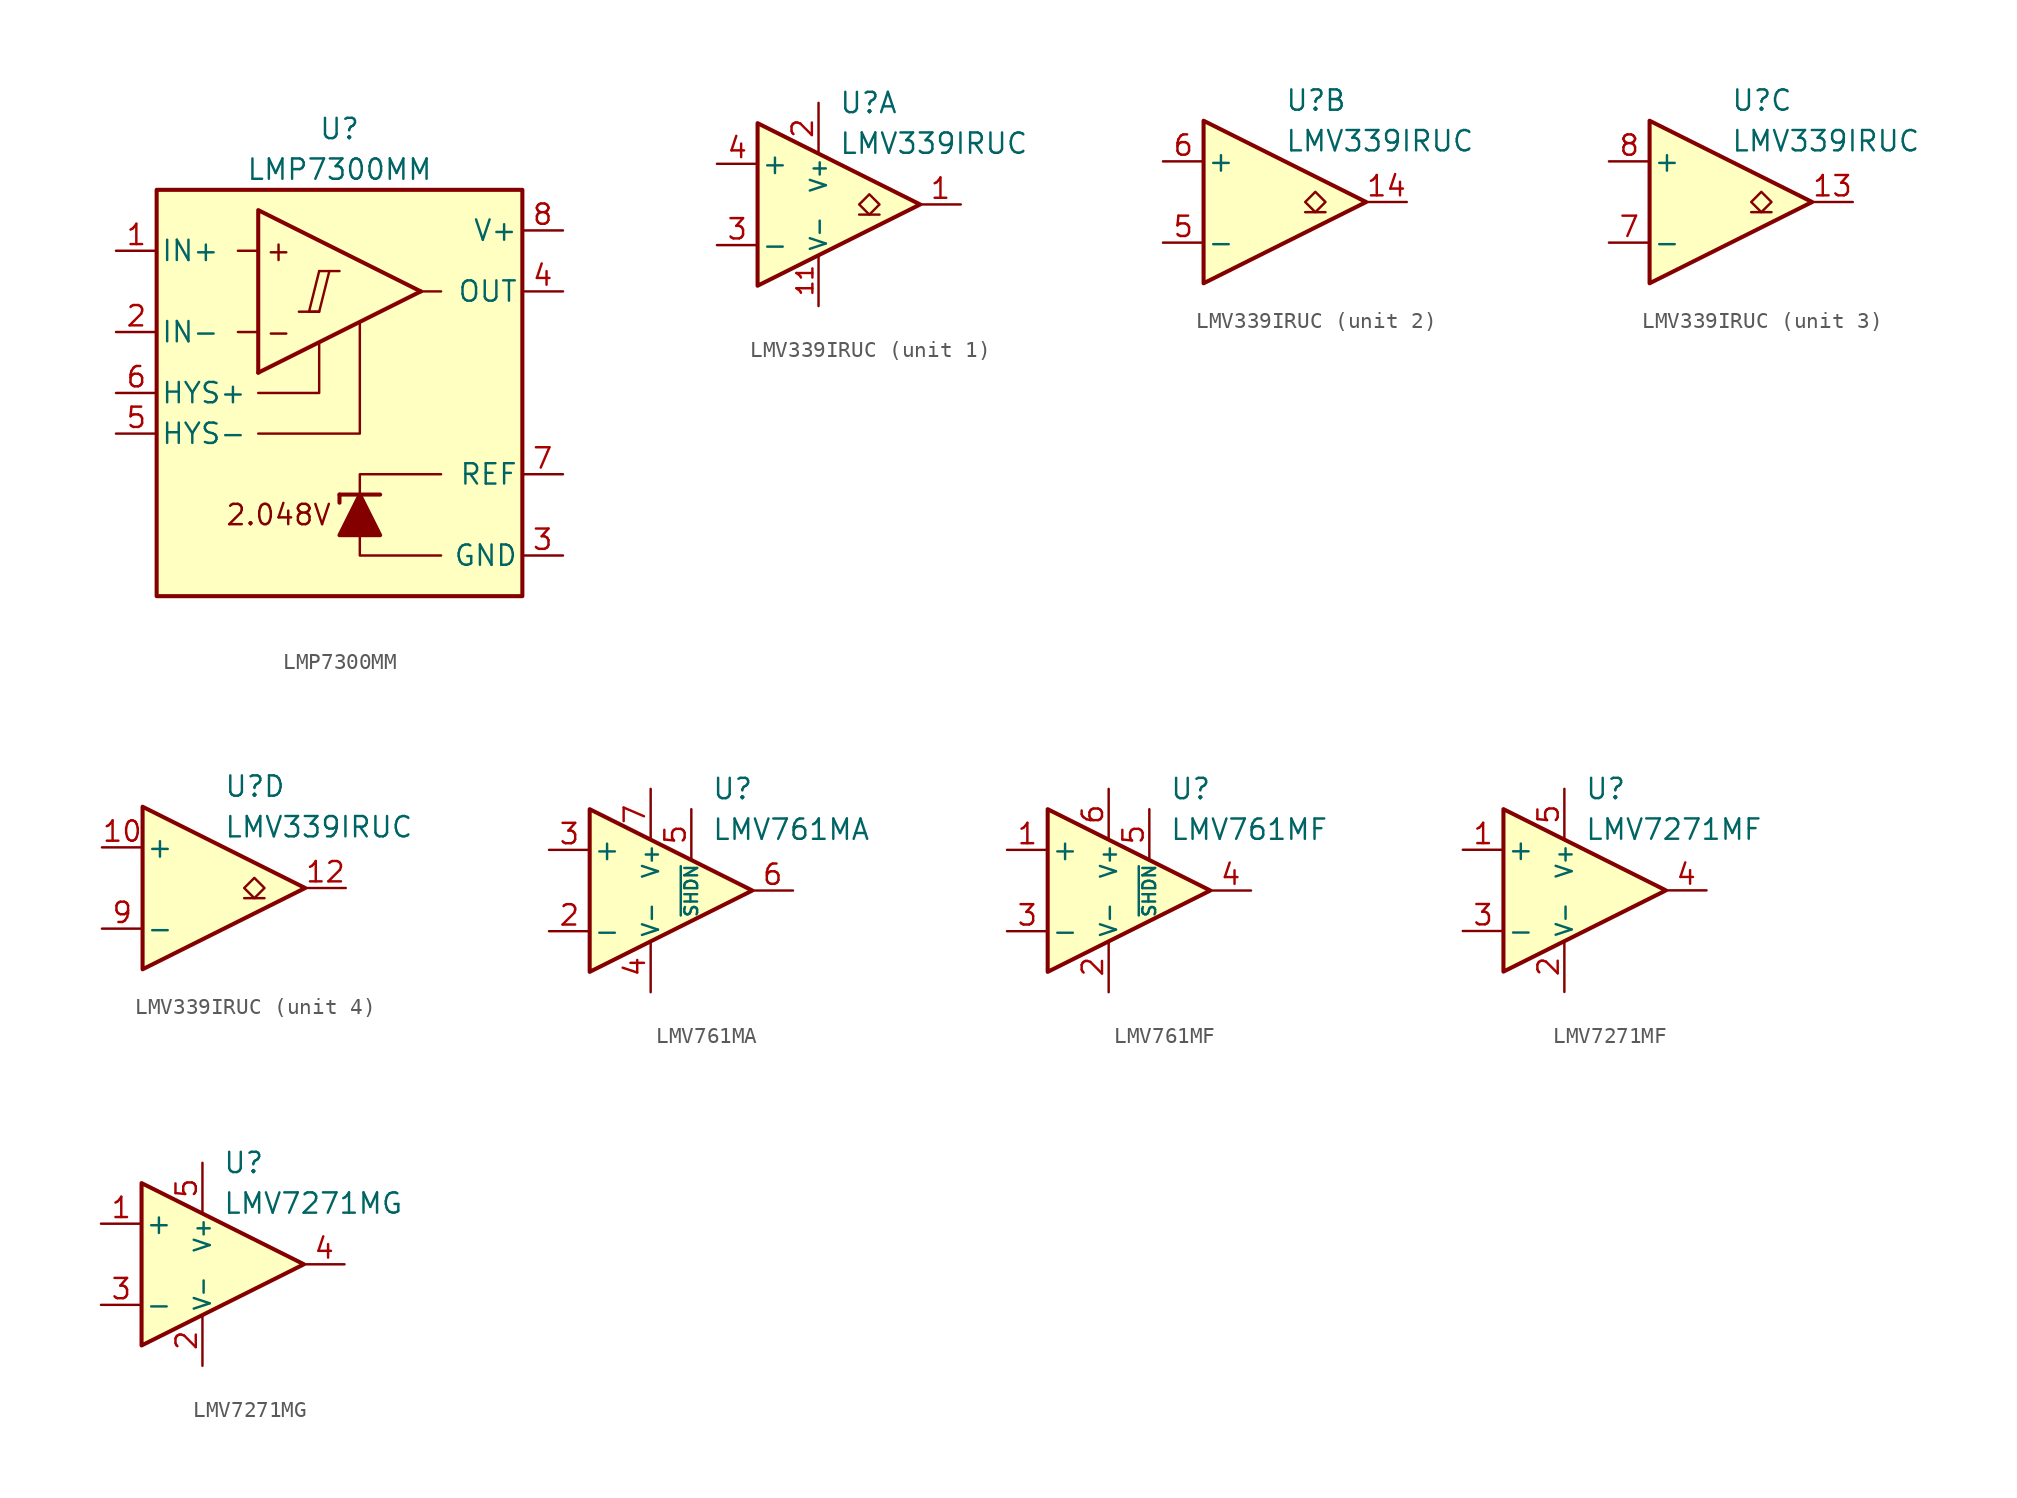
<source format=kicad_sym>
(kicad_symbol_lib
  (version 20231120)
  (generator "kicad_symbol_editor")
  (generator_version "8.0")
  (symbol "LMP7300MM"
    (pin_names
      (offset 0.254))
    (property "Reference" "U"
      (at 0 16.51 0)
      (effects (font (size 1.27 1.27))))
    (property "Value" "LMP7300MM"
      (at 0 13.97 0)
      (effects (font (size 1.27 1.27))))
    (symbol "LMP7300MM_0_0"
      (polyline (pts (xy -2.54 5.08) (xy -1.27 5.08)) (stroke (width 0.152) (type default)) (fill (type none)))
      (polyline (pts (xy -1.27 7.62) (xy 0 7.62)) (stroke (width 0.152) (type default)) (fill (type none)))
      (polyline (pts (xy 5.08 6.35) (xy -5.08 1.27)) (stroke (width 0.254) (type default)) (fill (type none)))
      (polyline (pts (xy -5.08 -2.54) (xy 1.27 -2.54) (xy 1.27 4.445)) (stroke (width 0.152) (type default)) (fill (type none)))
      (polyline (pts (xy 5.08 6.35) (xy -5.08 11.43) (xy -5.08 1.27)) (stroke (width 0.254) (type default)) (fill (type background)))
      (polyline (pts (xy -1.27 7.62) (xy -1.905 5.08) (xy -1.27 5.08) (xy -0.635 7.62)) (stroke (width 0.152) (type default)) (fill (type none)))
      (text "+" (at -3.81 8.89 0) (effects (font (size 1.27 1.27))))
      (text "-" (at -3.81 3.81 0) (effects (font (size 1.27 1.27))))
      (text "2.048V" (at -3.81 -7.62 0) (effects (font (size 1.27 1.27)))))
    (symbol "LMP7300MM_0_1"
      (rectangle (start -11.43 12.7) (end 11.43 -12.7) (stroke (width 0.254) (type default)) (fill (type background)))
      (polyline (pts (xy -5.08 3.81) (xy -6.35 3.81)) (stroke (width 0) (type default)) (fill (type none)))
      (polyline (pts (xy -5.08 8.89) (xy -6.35 8.89)) (stroke (width 0) (type default)) (fill (type none)))
      (polyline (pts (xy 0 -6.35) (xy 0 -6.858)) (stroke (width 0.254) (type default)) (fill (type none)))
      (polyline (pts (xy 2.54 -6.35) (xy 0 -6.35)) (stroke (width 0.254) (type default)) (fill (type none)))
      (polyline (pts (xy 5.08 6.35) (xy 6.35 6.35)) (stroke (width 0) (type default)) (fill (type none)))
      (polyline (pts (xy -1.27 3.175) (xy -1.27 0) (xy -5.08 0)) (stroke (width 0) (type default)) (fill (type none)))
      (polyline (pts (xy 1.27 -8.89) (xy 1.27 -10.16) (xy 6.35 -10.16)) (stroke (width 0) (type default)) (fill (type none)))
      (polyline (pts (xy 1.27 -6.35) (xy 1.27 -5.08) (xy 6.35 -5.08)) (stroke (width 0) (type default)) (fill (type none)))
      (polyline (pts (xy 0 -8.89) (xy 2.54 -8.89) (xy 1.27 -6.35) (xy 0 -8.89)) (stroke (width 0.254) (type default)) (fill (type outline))))
    (symbol "LMP7300MM_1_1"
      (pin input line (at -13.97 8.89 0) (length 2.54) (name "IN+" (effects (font (size 1.27 1.27)))) (number "1" (effects (font (size 1.27 1.27)))))
      (pin input line (at -13.97 3.81 0) (length 2.54) (name "IN-" (effects (font (size 1.27 1.27)))) (number "2" (effects (font (size 1.27 1.27)))))
      (pin power_in line (at 13.97 -10.16 180) (length 2.54) (name "GND" (effects (font (size 1.27 1.27)))) (number "3" (effects (font (size 1.27 1.27)))))
      (pin output line (at 13.97 6.35 180) (length 2.54) (name "OUT" (effects (font (size 1.27 1.27)))) (number "4" (effects (font (size 1.27 1.27)))))
      (pin input line (at -13.97 -2.54 0) (length 2.54) (name "HYS-" (effects (font (size 1.27 1.27)))) (number "5" (effects (font (size 1.27 1.27)))))
      (pin input line (at -13.97 0 0) (length 2.54) (name "HYS+" (effects (font (size 1.27 1.27)))) (number "6" (effects (font (size 1.27 1.27)))))
      (pin output line (at 13.97 -5.08 180) (length 2.54) (name "REF" (effects (font (size 1.27 1.27)))) (number "7" (effects (font (size 1.27 1.27)))))
      (pin power_in line (at 13.97 10.16 180) (length 2.54) (name "V+" (effects (font (size 1.27 1.27)))) (number "8" (effects (font (size 1.27 1.27)))))))
  (symbol "LMV339IRUC"
    (pin_names
      (offset 0.2))
    (property "Reference" "U"
      (at 1.27 6.35 0)
      (effects (font (size 1.27 1.27)) (justify left)))
    (property "Value" "LMV339IRUC"
      (at 1.27 3.81 0)
      (effects (font (size 1.27 1.27)) (justify left)))
    (property "ki_locked" ""
      (at 0 0 0)
      (effects (font (size 1.27 1.27))))
    (symbol "LMV339IRUC_0_1"
      (polyline (pts (xy -3.81 5.08) (xy -3.81 -5.08) (xy 6.35 0) (xy -3.81 5.08)) (stroke (width 0.254) (type default)) (fill (type background))))
    (symbol "LMV339IRUC_1_1"
      (polyline (pts (xy 3.81 -0.635) (xy 2.54 -0.635)) (stroke (width 0.152) (type default)) (fill (type none)))
      (polyline (pts (xy 3.175 -0.635) (xy 2.54 0) (xy 3.175 0.635) (xy 3.81 0) (xy 3.175 -0.635)) (stroke (width 0.152) (type default)) (fill (type none)))
      (pin open_collector line (at 8.89 0 180) (length 2.54) (name "~" (effects (font (size 1.27 1.27)))) (number "1" (effects (font (size 1.27 1.27)))))
      (pin power_in line (at 0 -6.35 90) (length 3.18) (name "V-" (effects (font (size 1 1)))) (number "11" (effects (font (size 1 1)))))
      (pin power_in line (at 0 6.35 270) (length 3.18) (name "V+" (effects (font (size 1 1)))) (number "2" (effects (font (size 1.27 1.27)))))
      (pin input line (at -6.35 -2.54 0) (length 2.54) (name "-" (effects (font (size 1.27 1.27)))) (number "3" (effects (font (size 1.27 1.27)))))
      (pin input line (at -6.35 2.54 0) (length 2.54) (name "+" (effects (font (size 1.27 1.27)))) (number "4" (effects (font (size 1.27 1.27))))))
    (symbol "LMV339IRUC_2_1"
      (polyline (pts (xy 3.81 -0.635) (xy 2.54 -0.635)) (stroke (width 0.152) (type default)) (fill (type none)))
      (polyline (pts (xy 3.175 -0.635) (xy 2.54 0) (xy 3.175 0.635) (xy 3.81 0) (xy 3.175 -0.635)) (stroke (width 0.152) (type default)) (fill (type none)))
      (pin open_collector line (at 8.89 0 180) (length 2.54) (name "~" (effects (font (size 1.27 1.27)))) (number "14" (effects (font (size 1.27 1.27)))))
      (pin input line (at -6.35 -2.54 0) (length 2.54) (name "-" (effects (font (size 1.27 1.27)))) (number "5" (effects (font (size 1.27 1.27)))))
      (pin input line (at -6.35 2.54 0) (length 2.54) (name "+" (effects (font (size 1.27 1.27)))) (number "6" (effects (font (size 1.27 1.27))))))
    (symbol "LMV339IRUC_3_1"
      (polyline (pts (xy 3.81 -0.635) (xy 2.54 -0.635)) (stroke (width 0.152) (type default)) (fill (type none)))
      (polyline (pts (xy 3.175 -0.635) (xy 2.54 0) (xy 3.175 0.635) (xy 3.81 0) (xy 3.175 -0.635)) (stroke (width 0.152) (type default)) (fill (type none)))
      (pin open_collector line (at 8.89 0 180) (length 2.54) (name "~" (effects (font (size 1.27 1.27)))) (number "13" (effects (font (size 1.27 1.27)))))
      (pin input line (at -6.35 -2.54 0) (length 2.54) (name "-" (effects (font (size 1.27 1.27)))) (number "7" (effects (font (size 1.27 1.27)))))
      (pin input line (at -6.35 2.54 0) (length 2.54) (name "+" (effects (font (size 1.27 1.27)))) (number "8" (effects (font (size 1.27 1.27))))))
    (symbol "LMV339IRUC_4_1"
      (polyline (pts (xy 3.81 -0.635) (xy 2.54 -0.635)) (stroke (width 0.152) (type default)) (fill (type none)))
      (polyline (pts (xy 3.175 -0.635) (xy 2.54 0) (xy 3.175 0.635) (xy 3.81 0) (xy 3.175 -0.635)) (stroke (width 0.152) (type default)) (fill (type none)))
      (pin input line (at -6.35 2.54 0) (length 2.54) (name "+" (effects (font (size 1.27 1.27)))) (number "10" (effects (font (size 1.27 1.27)))))
      (pin open_collector line (at 8.89 0 180) (length 2.54) (name "~" (effects (font (size 1.27 1.27)))) (number "12" (effects (font (size 1.27 1.27)))))
      (pin input line (at -6.35 -2.54 0) (length 2.54) (name "-" (effects (font (size 1.27 1.27)))) (number "9" (effects (font (size 1.27 1.27)))))))
  (symbol "LMV761MA"
    (pin_names
      (offset 0.2))
    (property "Reference" "U"
      (at 3.81 6.35 0)
      (effects (font (size 1.27 1.27)) (justify left)))
    (property "Value" "LMV761MA"
      (at 3.81 3.81 0)
      (effects (font (size 1.27 1.27)) (justify left)))
    (symbol "LMV761MA_0_1"
      (polyline (pts (xy -3.81 5.08) (xy -3.81 -5.08) (xy 6.35 0) (xy -3.81 5.08)) (stroke (width 0.254) (type default)) (fill (type background))))
    (symbol "LMV761MA_1_1"
      (pin free line (at -2.54 1.27 0) (length 2.54) hide (name "NC" (effects (font (size 1.27 1.27)))) (number "1" (effects (font (size 1.27 1.27)))))
      (pin input line (at -6.35 -2.54 0) (length 2.54) (name "-" (effects (font (size 1.27 1.27)))) (number "2" (effects (font (size 1.27 1.27)))))
      (pin input line (at -6.35 2.54 0) (length 2.54) (name "+" (effects (font (size 1.27 1.27)))) (number "3" (effects (font (size 1.27 1.27)))))
      (pin power_in line (at 0 -6.35 90) (length 3.18) (name "V-" (effects (font (size 1 1)))) (number "4" (effects (font (size 1.27 1.27)))))
      (pin input line (at 2.54 5.08 270) (length 3.18) (name "~{SHDN}" (effects (font (size 0.8 0.8)))) (number "5" (effects (font (size 1.27 1.27)))))
      (pin output line (at 8.89 0 180) (length 2.54) (name "~" (effects (font (size 1.27 1.27)))) (number "6" (effects (font (size 1.27 1.27)))))
      (pin power_in line (at 0 6.35 270) (length 3.18) (name "V+" (effects (font (size 1 1)))) (number "7" (effects (font (size 1.27 1.27)))))
      (pin free line (at -2.54 -1.27 0) (length 2.54) hide (name "NC" (effects (font (size 1.27 1.27)))) (number "8" (effects (font (size 1.27 1.27)))))))
  (symbol "LMV761MF"
    (pin_names
      (offset 0.2))
    (property "Reference" "U"
      (at 3.81 6.35 0)
      (effects (font (size 1.27 1.27)) (justify left)))
    (property "Value" "LMV761MF"
      (at 3.81 3.81 0)
      (effects (font (size 1.27 1.27)) (justify left)))
    (symbol "LMV761MF_0_1"
      (polyline (pts (xy -3.81 5.08) (xy -3.81 -5.08) (xy 6.35 0) (xy -3.81 5.08)) (stroke (width 0.254) (type default)) (fill (type background))))
    (symbol "LMV761MF_1_1"
      (pin input line (at -6.35 2.54 0) (length 2.54) (name "+" (effects (font (size 1.27 1.27)))) (number "1" (effects (font (size 1.27 1.27)))))
      (pin power_in line (at 0 -6.35 90) (length 3.18) (name "V-" (effects (font (size 1 1)))) (number "2" (effects (font (size 1.27 1.27)))))
      (pin input line (at -6.35 -2.54 0) (length 2.54) (name "-" (effects (font (size 1.27 1.27)))) (number "3" (effects (font (size 1.27 1.27)))))
      (pin output line (at 8.89 0 180) (length 2.54) (name "~" (effects (font (size 1.27 1.27)))) (number "4" (effects (font (size 1.27 1.27)))))
      (pin input line (at 2.54 5.08 270) (length 3.18) (name "~{SHDN}" (effects (font (size 0.8 0.8)))) (number "5" (effects (font (size 1.27 1.27)))))
      (pin power_in line (at 0 6.35 270) (length 3.18) (name "V+" (effects (font (size 1 1)))) (number "6" (effects (font (size 1.27 1.27)))))))
  (symbol "LMV7271MF"
    (pin_names
      (offset 0.2))
    (property "Reference" "U"
      (at 1.27 6.35 0)
      (effects (font (size 1.27 1.27)) (justify left)))
    (property "Value" "LMV7271MF"
      (at 1.27 3.81 0)
      (effects (font (size 1.27 1.27)) (justify left)))
    (symbol "LMV7271MF_0_1"
      (polyline (pts (xy -3.81 5.08) (xy -3.81 -5.08) (xy 6.35 0) (xy -3.81 5.08)) (stroke (width 0.254) (type default)) (fill (type background))))
    (symbol "LMV7271MF_1_1"
      (pin input line (at -6.35 2.54 0) (length 2.54) (name "+" (effects (font (size 1.27 1.27)))) (number "1" (effects (font (size 1.27 1.27)))))
      (pin power_in line (at 0 -6.35 90) (length 3.18) (name "V-" (effects (font (size 1 1)))) (number "2" (effects (font (size 1.27 1.27)))))
      (pin input line (at -6.35 -2.54 0) (length 2.54) (name "-" (effects (font (size 1.27 1.27)))) (number "3" (effects (font (size 1.27 1.27)))))
      (pin output line (at 8.89 0 180) (length 2.54) (name "~" (effects (font (size 1.27 1.27)))) (number "4" (effects (font (size 1.27 1.27)))))
      (pin power_in line (at 0 6.35 270) (length 3.18) (name "V+" (effects (font (size 1 1)))) (number "5" (effects (font (size 1.27 1.27)))))))
  (symbol "LMV7271MG"
    (pin_names
      (offset 0.2))
    (property "Reference" "U"
      (at 1.27 6.35 0)
      (effects (font (size 1.27 1.27)) (justify left)))
    (property "Value" "LMV7271MG"
      (at 1.27 3.81 0)
      (effects (font (size 1.27 1.27)) (justify left)))
    (symbol "LMV7271MG_0_1"
      (polyline (pts (xy -3.81 5.08) (xy -3.81 -5.08) (xy 6.35 0) (xy -3.81 5.08)) (stroke (width 0.254) (type default)) (fill (type background))))
    (symbol "LMV7271MG_1_1"
      (pin input line (at -6.35 2.54 0) (length 2.54) (name "+" (effects (font (size 1.27 1.27)))) (number "1" (effects (font (size 1.27 1.27)))))
      (pin power_in line (at 0 -6.35 90) (length 3.18) (name "V-" (effects (font (size 1 1)))) (number "2" (effects (font (size 1.27 1.27)))))
      (pin input line (at -6.35 -2.54 0) (length 2.54) (name "-" (effects (font (size 1.27 1.27)))) (number "3" (effects (font (size 1.27 1.27)))))
      (pin output line (at 8.89 0 180) (length 2.54) (name "~" (effects (font (size 1.27 1.27)))) (number "4" (effects (font (size 1.27 1.27)))))
      (pin power_in line (at 0 6.35 270) (length 3.18) (name "V+" (effects (font (size 1 1)))) (number "5" (effects (font (size 1.27 1.27))))))))
</source>
